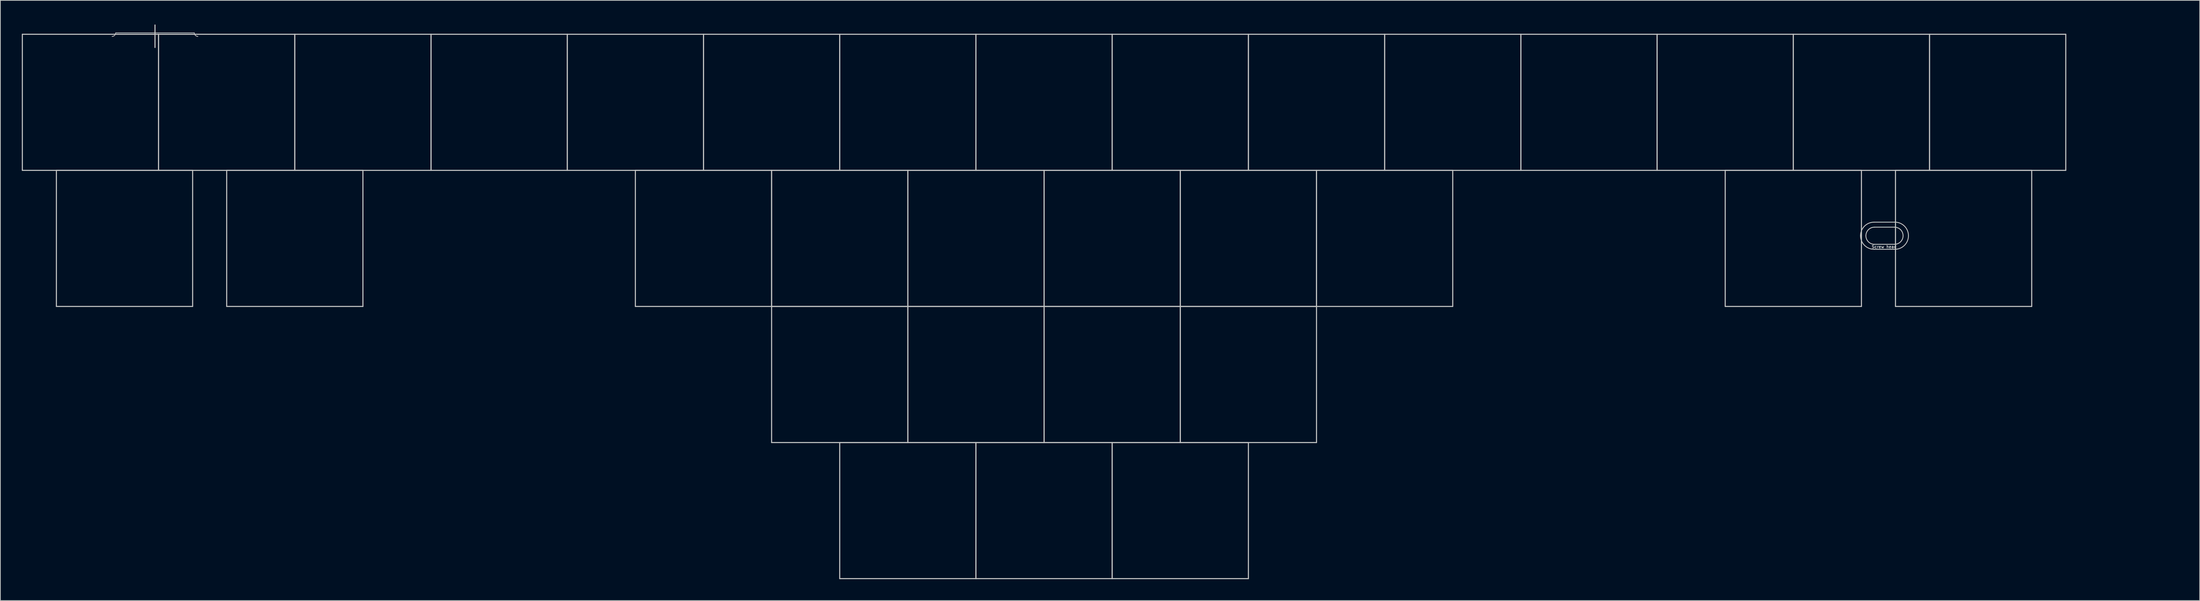
<source format=kicad_pcb>
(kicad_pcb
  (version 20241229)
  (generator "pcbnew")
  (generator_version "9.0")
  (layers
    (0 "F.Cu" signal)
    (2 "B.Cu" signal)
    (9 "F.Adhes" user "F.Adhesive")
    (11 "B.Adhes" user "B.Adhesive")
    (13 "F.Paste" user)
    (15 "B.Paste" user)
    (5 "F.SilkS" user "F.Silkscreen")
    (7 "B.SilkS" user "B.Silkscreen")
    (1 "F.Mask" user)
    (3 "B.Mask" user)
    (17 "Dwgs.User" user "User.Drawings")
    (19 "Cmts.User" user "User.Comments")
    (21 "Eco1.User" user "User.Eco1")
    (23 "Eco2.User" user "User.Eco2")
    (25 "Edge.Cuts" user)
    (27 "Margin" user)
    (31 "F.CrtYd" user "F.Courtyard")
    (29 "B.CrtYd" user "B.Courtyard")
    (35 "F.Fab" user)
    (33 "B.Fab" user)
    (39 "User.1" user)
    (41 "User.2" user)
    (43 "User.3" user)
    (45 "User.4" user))
  (footprint "60_Outline-Sandy-Mid-NoSwImage-WithHole2-ECO1"
    (layer "F.Cu")
    (at 142.95 39.848)
    (property "Reference" "60_Outline-Sandy-Mid-NoSwImage-WithHole2-ECO1" (at 138.075 -39 0) (layer "Eco1.User") (effects (font (size 1 1) (thickness 0.15))))
    (attr through_hole)
    (fp_line (start -142.875 -38.1) (end -123.825 -38.1) (stroke (width 0.15) (type solid)) (layer "Dwgs.User"))
    (fp_line (start -142.875 -19.05) (end -142.875 -38.1) (stroke (width 0.15) (type solid)) (layer "Dwgs.User"))
    (fp_line (start -138.113 -19.05) (end -119.062 -19.05) (stroke (width 0.15) (type solid)) (layer "Dwgs.User"))
    (fp_line (start -138.113 0) (end -138.113 -19.05) (stroke (width 0.15) (type solid)) (layer "Dwgs.User"))
    (fp_line (start -129.825 -38.3) (end -118.825 -38.3) (stroke (width 0.1) (type solid)) (layer "Dwgs.User"))
    (fp_line (start -124.325 -39.4) (end -124.325 -36.25) (stroke (width 0.15) (type solid)) (layer "Dwgs.User"))
    (fp_line (start -123.825 -38.1) (end -123.825 -19.05) (stroke (width 0.15) (type solid)) (layer "Dwgs.User"))
    (fp_line (start -123.825 -38.1) (end -104.775 -38.1) (stroke (width 0.15) (type solid)) (layer "Dwgs.User"))
    (fp_line (start -123.825 -19.05) (end -142.875 -19.05) (stroke (width 0.15) (type solid)) (layer "Dwgs.User"))
    (fp_line (start -123.825 -19.05) (end -123.825 -38.1) (stroke (width 0.15) (type solid)) (layer "Dwgs.User"))
    (fp_line (start -119.062 -19.05) (end -119.062 0) (stroke (width 0.15) (type solid)) (layer "Dwgs.User"))
    (fp_line (start -119.062 0) (end -138.113 0) (stroke (width 0.15) (type solid)) (layer "Dwgs.User"))
    (fp_line (start -114.3 -19.05) (end -95.25 -19.05) (stroke (width 0.15) (type solid)) (layer "Dwgs.User"))
    (fp_line (start -114.3 0) (end -114.3 -19.05) (stroke (width 0.15) (type solid)) (layer "Dwgs.User"))
    (fp_line (start -104.775 -38.1) (end -104.775 -19.05) (stroke (width 0.15) (type solid)) (layer "Dwgs.User"))
    (fp_line (start -104.775 -38.1) (end -85.725 -38.1) (stroke (width 0.15) (type solid)) (layer "Dwgs.User"))
    (fp_line (start -104.775 -19.05) (end -123.825 -19.05) (stroke (width 0.15) (type solid)) (layer "Dwgs.User"))
    (fp_line (start -104.775 -19.05) (end -104.775 -38.1) (stroke (width 0.15) (type solid)) (layer "Dwgs.User"))
    (fp_line (start -95.25 -19.05) (end -95.25 0) (stroke (width 0.15) (type solid)) (layer "Dwgs.User"))
    (fp_line (start -95.25 0) (end -114.3 0) (stroke (width 0.15) (type solid)) (layer "Dwgs.User"))
    (fp_line (start -85.725 -38.1) (end -85.725 -19.05) (stroke (width 0.15) (type solid)) (layer "Dwgs.User"))
    (fp_line (start -85.725 -38.1) (end -66.675 -38.1) (stroke (width 0.15) (type solid)) (layer "Dwgs.User"))
    (fp_line (start -85.725 -19.05) (end -104.775 -19.05) (stroke (width 0.15) (type solid)) (layer "Dwgs.User"))
    (fp_line (start -85.725 -19.05) (end -85.725 -38.1) (stroke (width 0.15) (type solid)) (layer "Dwgs.User"))
    (fp_line (start -66.675 -38.1) (end -66.675 -19.05) (stroke (width 0.15) (type solid)) (layer "Dwgs.User"))
    (fp_line (start -66.675 -38.1) (end -47.625 -38.1) (stroke (width 0.15) (type solid)) (layer "Dwgs.User"))
    (fp_line (start -66.675 -19.05) (end -85.725 -19.05) (stroke (width 0.15) (type solid)) (layer "Dwgs.User"))
    (fp_line (start -66.675 -19.05) (end -66.675 -38.1) (stroke (width 0.15) (type solid)) (layer "Dwgs.User"))
    (fp_line (start -57.15 -19.05) (end -38.1 -19.05) (stroke (width 0.15) (type solid)) (layer "Dwgs.User"))
    (fp_line (start -57.15 0) (end -57.15 -19.05) (stroke (width 0.15) (type solid)) (layer "Dwgs.User"))
    (fp_line (start -47.625 -38.1) (end -47.625 -19.05) (stroke (width 0.15) (type solid)) (layer "Dwgs.User"))
    (fp_line (start -47.625 -38.1) (end -28.575 -38.1) (stroke (width 0.15) (type solid)) (layer "Dwgs.User"))
    (fp_line (start -47.625 -19.05) (end -66.675 -19.05) (stroke (width 0.15) (type solid)) (layer "Dwgs.User"))
    (fp_line (start -47.625 -19.05) (end -47.625 -38.1) (stroke (width 0.15) (type solid)) (layer "Dwgs.User"))
    (fp_line (start -38.1 -19.05) (end -38.1 0) (stroke (width 0.15) (type solid)) (layer "Dwgs.User"))
    (fp_line (start -38.1 -19.05) (end -19.05 -19.05) (stroke (width 0.15) (type solid)) (layer "Dwgs.User"))
    (fp_line (start -38.1 0) (end -57.15 0) (stroke (width 0.15) (type solid)) (layer "Dwgs.User"))
    (fp_line (start -38.1 0) (end -38.1 -19.05) (stroke (width 0.15) (type solid)) (layer "Dwgs.User"))
    (fp_line (start -38.1 0) (end -19.05 0) (stroke (width 0.15) (type solid)) (layer "Dwgs.User"))
    (fp_line (start -38.1 19.05) (end -38.1 0) (stroke (width 0.15) (type solid)) (layer "Dwgs.User"))
    (fp_line (start -28.575 -38.1) (end -28.575 -19.05) (stroke (width 0.15) (type solid)) (layer "Dwgs.User"))
    (fp_line (start -28.575 -38.1) (end -9.525 -38.1) (stroke (width 0.15) (type solid)) (layer "Dwgs.User"))
    (fp_line (start -28.575 -19.05) (end -47.625 -19.05) (stroke (width 0.15) (type solid)) (layer "Dwgs.User"))
    (fp_line (start -28.575 -19.05) (end -28.575 -38.1) (stroke (width 0.15) (type solid)) (layer "Dwgs.User"))
    (fp_line (start -28.575 19.05) (end -9.525 19.05) (stroke (width 0.15) (type solid)) (layer "Dwgs.User"))
    (fp_line (start -28.575 38.1) (end -28.575 19.05) (stroke (width 0.15) (type solid)) (layer "Dwgs.User"))
    (fp_line (start -19.05 -19.05) (end -19.05 0) (stroke (width 0.15) (type solid)) (layer "Dwgs.User"))
    (fp_line (start -19.05 -19.05) (end 0 -19.05) (stroke (width 0.15) (type solid)) (layer "Dwgs.User"))
    (fp_line (start -19.05 0) (end -38.1 0) (stroke (width 0.15) (type solid)) (layer "Dwgs.User"))
    (fp_line (start -19.05 0) (end -19.05 -19.05) (stroke (width 0.15) (type solid)) (layer "Dwgs.User"))
    (fp_line (start -19.05 0) (end -19.05 19.05) (stroke (width 0.15) (type solid)) (layer "Dwgs.User"))
    (fp_line (start -19.05 0) (end 0 0) (stroke (width 0.15) (type solid)) (layer "Dwgs.User"))
    (fp_line (start -19.05 19.05) (end -38.1 19.05) (stroke (width 0.15) (type solid)) (layer "Dwgs.User"))
    (fp_line (start -19.05 19.05) (end -19.05 0) (stroke (width 0.15) (type solid)) (layer "Dwgs.User"))
    (fp_line (start -9.525 -38.1) (end -9.525 -19.05) (stroke (width 0.15) (type solid)) (layer "Dwgs.User"))
    (fp_line (start -9.525 -38.1) (end 9.525 -38.1) (stroke (width 0.15) (type solid)) (layer "Dwgs.User"))
    (fp_line (start -9.525 -19.05) (end -28.575 -19.05) (stroke (width 0.15) (type solid)) (layer "Dwgs.User"))
    (fp_line (start -9.525 -19.05) (end -9.525 -38.1) (stroke (width 0.15) (type solid)) (layer "Dwgs.User"))
    (fp_line (start -9.525 19.05) (end -9.525 38.1) (stroke (width 0.15) (type solid)) (layer "Dwgs.User"))
    (fp_line (start -9.525 19.05) (end 9.525 19.05) (stroke (width 0.15) (type solid)) (layer "Dwgs.User"))
    (fp_line (start -9.525 38.1) (end -28.575 38.1) (stroke (width 0.15) (type solid)) (layer "Dwgs.User"))
    (fp_line (start -9.525 38.1) (end -9.525 19.05) (stroke (width 0.15) (type solid)) (layer "Dwgs.User"))
    (fp_line (start 0 -19.05) (end 0 0) (stroke (width 0.15) (type solid)) (layer "Dwgs.User"))
    (fp_line (start 0 -19.05) (end 19.05 -19.05) (stroke (width 0.15) (type solid)) (layer "Dwgs.User"))
    (fp_line (start 0 0) (end -19.05 0) (stroke (width 0.15) (type solid)) (layer "Dwgs.User"))
    (fp_line (start 0 0) (end 0 -19.05) (stroke (width 0.15) (type solid)) (layer "Dwgs.User"))
    (fp_line (start 0 0) (end 0 19.05) (stroke (width 0.15) (type solid)) (layer "Dwgs.User"))
    (fp_line (start 0 0) (end 19.05 0) (stroke (width 0.15) (type solid)) (layer "Dwgs.User"))
    (fp_line (start 0 19.05) (end -19.05 19.05) (stroke (width 0.15) (type solid)) (layer "Dwgs.User"))
    (fp_line (start 0 19.05) (end 0 0) (stroke (width 0.15) (type solid)) (layer "Dwgs.User"))
    (fp_line (start 9.525 -38.1) (end 9.525 -19.05) (stroke (width 0.15) (type solid)) (layer "Dwgs.User"))
    (fp_line (start 9.525 -38.1) (end 28.575 -38.1) (stroke (width 0.15) (type solid)) (layer "Dwgs.User"))
    (fp_line (start 9.525 -19.05) (end -9.525 -19.05) (stroke (width 0.15) (type solid)) (layer "Dwgs.User"))
    (fp_line (start 9.525 -19.05) (end 9.525 -38.1) (stroke (width 0.15) (type solid)) (layer "Dwgs.User"))
    (fp_line (start 9.525 19.05) (end 9.525 38.1) (stroke (width 0.15) (type solid)) (layer "Dwgs.User"))
    (fp_line (start 9.525 19.05) (end 28.575 19.05) (stroke (width 0.15) (type solid)) (layer "Dwgs.User"))
    (fp_line (start 9.525 38.1) (end -9.525 38.1) (stroke (width 0.15) (type solid)) (layer "Dwgs.User"))
    (fp_line (start 9.525 38.1) (end 9.525 19.05) (stroke (width 0.15) (type solid)) (layer "Dwgs.User"))
    (fp_line (start 19.05 -19.05) (end 19.05 0) (stroke (width 0.15) (type solid)) (layer "Dwgs.User"))
    (fp_line (start 19.05 -19.05) (end 38.1 -19.05) (stroke (width 0.15) (type solid)) (layer "Dwgs.User"))
    (fp_line (start 19.05 0) (end 0 0) (stroke (width 0.15) (type solid)) (layer "Dwgs.User"))
    (fp_line (start 19.05 0) (end 19.05 -19.05) (stroke (width 0.15) (type solid)) (layer "Dwgs.User"))
    (fp_line (start 19.05 0) (end 19.05 19.05) (stroke (width 0.15) (type solid)) (layer "Dwgs.User"))
    (fp_line (start 19.05 0) (end 38.1 0) (stroke (width 0.15) (type solid)) (layer "Dwgs.User"))
    (fp_line (start 19.05 19.05) (end 0 19.05) (stroke (width 0.15) (type solid)) (layer "Dwgs.User"))
    (fp_line (start 19.05 19.05) (end 19.05 0) (stroke (width 0.15) (type solid)) (layer "Dwgs.User"))
    (fp_line (start 28.575 -38.1) (end 28.575 -19.05) (stroke (width 0.15) (type solid)) (layer "Dwgs.User"))
    (fp_line (start 28.575 -38.1) (end 47.625 -38.1) (stroke (width 0.15) (type solid)) (layer "Dwgs.User"))
    (fp_line (start 28.575 -19.05) (end 9.525 -19.05) (stroke (width 0.15) (type solid)) (layer "Dwgs.User"))
    (fp_line (start 28.575 -19.05) (end 28.575 -38.1) (stroke (width 0.15) (type solid)) (layer "Dwgs.User"))
    (fp_line (start 28.575 19.05) (end 28.575 38.1) (stroke (width 0.15) (type solid)) (layer "Dwgs.User"))
    (fp_line (start 28.575 38.1) (end 9.525 38.1) (stroke (width 0.15) (type solid)) (layer "Dwgs.User"))
    (fp_line (start 38.1 -19.05) (end 38.1 0) (stroke (width 0.15) (type solid)) (layer "Dwgs.User"))
    (fp_line (start 38.1 -19.05) (end 57.15 -19.05) (stroke (width 0.15) (type solid)) (layer "Dwgs.User"))
    (fp_line (start 38.1 0) (end 19.05 0) (stroke (width 0.15) (type solid)) (layer "Dwgs.User"))
    (fp_line (start 38.1 0) (end 38.1 -19.05) (stroke (width 0.15) (type solid)) (layer "Dwgs.User"))
    (fp_line (start 38.1 0) (end 38.1 19.05) (stroke (width 0.15) (type solid)) (layer "Dwgs.User"))
    (fp_line (start 38.1 19.05) (end 19.05 19.05) (stroke (width 0.15) (type solid)) (layer "Dwgs.User"))
    (fp_line (start 47.625 -38.1) (end 47.625 -19.05) (stroke (width 0.15) (type solid)) (layer "Dwgs.User"))
    (fp_line (start 47.625 -38.1) (end 66.675 -38.1) (stroke (width 0.15) (type solid)) (layer "Dwgs.User"))
    (fp_line (start 47.625 -19.05) (end 28.575 -19.05) (stroke (width 0.15) (type solid)) (layer "Dwgs.User"))
    (fp_line (start 47.625 -19.05) (end 47.625 -38.1) (stroke (width 0.15) (type solid)) (layer "Dwgs.User"))
    (fp_line (start 57.15 -19.05) (end 57.15 0) (stroke (width 0.15) (type solid)) (layer "Dwgs.User"))
    (fp_line (start 57.15 0) (end 38.1 0) (stroke (width 0.15) (type solid)) (layer "Dwgs.User"))
    (fp_line (start 66.675 -38.1) (end 66.675 -19.05) (stroke (width 0.15) (type solid)) (layer "Dwgs.User"))
    (fp_line (start 66.675 -38.1) (end 85.725 -38.1) (stroke (width 0.15) (type solid)) (layer "Dwgs.User"))
    (fp_line (start 66.675 -19.05) (end 47.625 -19.05) (stroke (width 0.15) (type solid)) (layer "Dwgs.User"))
    (fp_line (start 66.675 -19.05) (end 66.675 -38.1) (stroke (width 0.15) (type solid)) (layer "Dwgs.User"))
    (fp_line (start 85.725 -38.1) (end 85.725 -19.05) (stroke (width 0.15) (type solid)) (layer "Dwgs.User"))
    (fp_line (start 85.725 -38.1) (end 104.775 -38.1) (stroke (width 0.15) (type solid)) (layer "Dwgs.User"))
    (fp_line (start 85.725 -19.05) (end 66.675 -19.05) (stroke (width 0.15) (type solid)) (layer "Dwgs.User"))
    (fp_line (start 85.725 -19.05) (end 85.725 -38.1) (stroke (width 0.15) (type solid)) (layer "Dwgs.User"))
    (fp_line (start 95.25 -19.05) (end 114.3 -19.05) (stroke (width 0.15) (type solid)) (layer "Dwgs.User"))
    (fp_line (start 95.25 0) (end 95.25 -19.05) (stroke (width 0.15) (type solid)) (layer "Dwgs.User"))
    (fp_line (start 104.775 -38.1) (end 104.775 -19.05) (stroke (width 0.15) (type solid)) (layer "Dwgs.User"))
    (fp_line (start 104.775 -38.1) (end 123.825 -38.1) (stroke (width 0.15) (type solid)) (layer "Dwgs.User"))
    (fp_line (start 104.775 -19.05) (end 85.725 -19.05) (stroke (width 0.15) (type solid)) (layer "Dwgs.User"))
    (fp_line (start 104.775 -19.05) (end 104.775 -38.1) (stroke (width 0.15) (type solid)) (layer "Dwgs.User"))
    (fp_line (start 114.3 -19.05) (end 114.3 0) (stroke (width 0.15) (type solid)) (layer "Dwgs.User"))
    (fp_line (start 114.3 0) (end 95.25 0) (stroke (width 0.15) (type solid)) (layer "Dwgs.User"))
    (fp_line (start 116.075 -11.8) (end 118.975 -11.8) (stroke (width 0.12) (type solid)) (layer "Dwgs.User"))
    (fp_line (start 116.075 -8) (end 118.975 -8) (stroke (width 0.12) (type solid)) (layer "Dwgs.User"))
    (fp_line (start 116.123 -11.099) (end 118.923 -11.099) (stroke (width 0.12) (type solid)) (layer "Dwgs.User"))
    (fp_line (start 118.923 -8.699) (end 116.123 -8.699) (stroke (width 0.12) (type solid)) (layer "Dwgs.User"))
    (fp_line (start 119.062 -19.05) (end 138.113 -19.05) (stroke (width 0.15) (type solid)) (layer "Dwgs.User"))
    (fp_line (start 119.062 0) (end 119.062 -19.05) (stroke (width 0.15) (type solid)) (layer "Dwgs.User"))
    (fp_line (start 123.825 -38.1) (end 123.825 -19.05) (stroke (width 0.15) (type solid)) (layer "Dwgs.User"))
    (fp_line (start 123.825 -38.1) (end 142.875 -38.1) (stroke (width 0.15) (type solid)) (layer "Dwgs.User"))
    (fp_line (start 123.825 -19.05) (end 104.775 -19.05) (stroke (width 0.15) (type solid)) (layer "Dwgs.User"))
    (fp_line (start 123.825 -19.05) (end 123.825 -38.1) (stroke (width 0.15) (type solid)) (layer "Dwgs.User"))
    (fp_line (start 138.113 -19.05) (end 138.113 0) (stroke (width 0.15) (type solid)) (layer "Dwgs.User"))
    (fp_line (start 138.113 0) (end 119.062 0) (stroke (width 0.15) (type solid)) (layer "Dwgs.User"))
    (fp_line (start 142.875 -38.1) (end 142.875 -19.05) (stroke (width 0.15) (type solid)) (layer "Dwgs.User"))
    (fp_line (start 142.875 -19.05) (end 123.825 -19.05) (stroke (width 0.15) (type solid)) (layer "Dwgs.User"))
    (fp_arc (start -129.825 -38.30004) (mid -129.971447 -37.946487) (end -130.325 -37.80004) (stroke (width 0.1) (type solid)) (layer "Dwgs.User"))
    (fp_arc (start -118.325 -37.80004) (mid -118.678553 -37.946487) (end -118.825 -38.30004) (stroke (width 0.1) (type solid)) (layer "Dwgs.User"))
    (fp_arc (start 114.175 -9.90004) (mid 114.731497 -11.243543) (end 116.075 -11.80004) (stroke (width 0.12) (type solid)) (layer "Dwgs.User"))
    (fp_arc (start 114.923491 -9.898554) (mid 115.274967 -10.747076) (end 116.123491 -11.098554) (stroke (width 0.12) (type solid)) (layer "Dwgs.User"))
    (fp_arc (start 116.075 -8.00004) (mid 114.731497 -8.556537) (end 114.175 -9.90004) (stroke (width 0.12) (type solid)) (layer "Dwgs.User"))
    (fp_arc (start 116.123491 -8.698554) (mid 115.275003 -9.050059) (end 114.923491 -9.898554) (stroke (width 0.12) (type solid)) (layer "Dwgs.User"))
    (fp_arc (start 118.923491 -11.098554) (mid 119.772059 -10.747115) (end 120.123491 -9.898554) (stroke (width 0.12) (type solid)) (layer "Dwgs.User"))
    (fp_arc (start 118.975 -11.80004) (mid 120.318503 -11.243543) (end 120.875 -9.90004) (stroke (width 0.12) (type solid)) (layer "Dwgs.User"))
    (fp_arc (start 120.123491 -9.898554) (mid 119.772024 -9.05002) (end 118.923491 -8.698554) (stroke (width 0.12) (type solid)) (layer "Dwgs.User"))
    (fp_arc (start 120.875 -9.90004) (mid 120.318503 -8.556537) (end 118.975 -8.00004) (stroke (width 0.12) (type solid)) (layer "Dwgs.User"))
    (fp_line (start -142.511 -2.628) (end -142.525 -35.8) (stroke (width 0.3) (type solid)) (layer "Eco1.User"))
    (fp_line (start -140.511 -0.628) (end -97.855 -0.614) (stroke (width 0.3) (type solid)) (layer "Eco1.User"))
    (fp_line (start -95.855 -2.614) (end -95.855 -17.886) (stroke (width 0.3) (type solid)) (layer "Eco1.User"))
    (fp_line (start -93.855 -19.886) (end -58.535 -19.875) (stroke (width 0.3) (type solid)) (layer "Eco1.User"))
    (fp_line (start -56.535 -2.8) (end -56.535 -17.875) (stroke (width 0.3) (type solid)) (layer "Eco1.User"))
    (fp_line (start -54.535 -0.8) (end -39.475 -0.8) (stroke (width 0.3) (type solid)) (layer "Eco1.User"))
    (fp_line (start -51.925 -37.8) (end -140.525 -37.8) (stroke (width 0.3) (type solid)) (layer "Eco1.User"))
    (fp_line (start -49.925 -33.114) (end -49.925 -35.8) (stroke (width 0.12) (type solid)) (layer "Eco1.User"))
    (fp_line (start -47.925 -31.114) (end -46.925 -31.114) (stroke (width 0.12) (type solid)) (layer "Eco1.User"))
    (fp_line (start -44.925 -35.8) (end -44.925 -33.114) (stroke (width 0.12) (type solid)) (layer "Eco1.User"))
    (fp_line (start -37.475 16.275) (end -37.475 1.2) (stroke (width 0.3) (type solid)) (layer "Eco1.User"))
    (fp_line (start -35.475 18.275) (end -29.95 18.275) (stroke (width 0.3) (type solid)) (layer "Eco1.User"))
    (fp_line (start -27.95 35.35) (end -27.95 20.275) (stroke (width 0.3) (type solid)) (layer "Eco1.User"))
    (fp_line (start -25.95 37.35) (end 25.975 37.346) (stroke (width 0.3) (type solid)) (layer "Eco1.User"))
    (fp_line (start 27.975 35.346) (end 27.975 20.214) (stroke (width 0.3) (type solid)) (layer "Eco1.User"))
    (fp_line (start 29.975 18.214) (end 35.475 18.204) (stroke (width 0.3) (type solid)) (layer "Eco1.User"))
    (fp_line (start 37.475 16.204) (end 37.475 1.073) (stroke (width 0.3) (type solid)) (layer "Eco1.User"))
    (fp_line (start 39.475 -0.927) (end 54.555 -0.937) (stroke (width 0.3) (type solid)) (layer "Eco1.User"))
    (fp_line (start 43.375 -37.8) (end -42.925 -37.8) (stroke (width 0.3) (type solid)) (layer "Eco1.User"))
    (fp_line (start 45.375 -33.1) (end 45.375 -35.8) (stroke (width 0.12) (type solid)) (layer "Eco1.User"))
    (fp_line (start 47.375 -31.1) (end 48.375 -31.1) (stroke (width 0.12) (type solid)) (layer "Eco1.User"))
    (fp_line (start 50.375 -35.8) (end 50.375 -33.1) (stroke (width 0.12) (type solid)) (layer "Eco1.User"))
    (fp_line (start 56.555 -2.937) (end 56.555 -18.012) (stroke (width 0.3) (type solid)) (layer "Eco1.User"))
    (fp_line (start 58.555 -20.012) (end 93.875 -20.002) (stroke (width 0.3) (type solid)) (layer "Eco1.User"))
    (fp_line (start 95.875 -2.6) (end 95.875 -18.002) (stroke (width 0.3) (type solid)) (layer "Eco1.User"))
    (fp_line (start 97.875 -0.6) (end 140.475 -0.586) (stroke (width 0.3) (type solid)) (layer "Eco1.User"))
    (fp_line (start 115.922 -12.509) (end 118.822 -12.509) (stroke (width 0.12) (type solid)) (layer "Eco1.User"))
    (fp_line (start 116.022 -7.259) (end 118.922 -7.259) (stroke (width 0.12) (type solid)) (layer "Eco1.User"))
    (fp_line (start 140.475 -37.8) (end 52.375 -37.8) (stroke (width 0.3) (type solid)) (layer "Eco1.User"))
    (fp_line (start 142.475 -2.586) (end 142.475 -35.8) (stroke (width 0.3) (type solid)) (layer "Eco1.User"))
    (fp_arc (start -142.525 -35.80004) (mid -141.939214 -37.214254) (end -140.525 -37.80004) (stroke (width 0.3) (type solid)) (layer "Eco1.User"))
    (fp_arc (start -140.510786 -0.628468) (mid -141.925 -1.214254) (end -142.510786 -2.628468) (stroke (width 0.3) (type solid)) (layer "Eco1.User"))
    (fp_arc (start -95.855 -17.885826) (mid -95.269214 -19.30004) (end -93.855 -19.885826) (stroke (width 0.3) (type solid)) (layer "Eco1.User"))
    (fp_arc (start -95.855 -2.614254) (mid -96.440786 -1.20004) (end -97.855 -0.614254) (stroke (width 0.3) (type solid)) (layer "Eco1.User"))
    (fp_arc (start -58.535 -19.87504) (mid -57.120786 -19.289254) (end -56.535 -17.87504) (stroke (width 0.3) (type solid)) (layer "Eco1.User"))
    (fp_arc (start -54.535 -0.80004) (mid -55.949214 -1.385826) (end -56.535 -2.80004) (stroke (width 0.3) (type solid)) (layer "Eco1.User"))
    (fp_arc (start -51.925001 -37.800041) (mid -50.510787 -37.214255) (end -49.925001 -35.800041) (stroke (width 0.3) (type solid)) (layer "Eco1.User"))
    (fp_arc (start -47.925001 -31.114261) (mid -49.339212 -31.70005) (end -49.925001 -33.114261) (stroke (width 0.3) (type solid)) (layer "Eco1.User"))
    (fp_arc (start -44.925 -35.80004) (mid -44.339214 -37.214254) (end -42.925 -37.80004) (stroke (width 0.3) (type solid)) (layer "Eco1.User"))
    (fp_arc (start -44.925 -33.114261) (mid -45.510779 -31.70004) (end -46.925 -31.114261) (stroke (width 0.3) (type solid)) (layer "Eco1.User"))
    (fp_arc (start -39.475 -0.80004) (mid -38.060786 -0.214254) (end -37.475 1.19996) (stroke (width 0.3) (type solid)) (layer "Eco1.User"))
    (fp_arc (start -35.475 18.27496) (mid -36.889214 17.689174) (end -37.475 16.27496) (stroke (width 0.3) (type solid)) (layer "Eco1.User"))
    (fp_arc (start -29.95 18.27496) (mid -28.535786 18.860746) (end -27.95 20.27496) (stroke (width 0.3) (type solid)) (layer "Eco1.User"))
    (fp_arc (start -25.95 37.34996) (mid -27.364214 36.764174) (end -27.95 35.34996) (stroke (width 0.3) (type solid)) (layer "Eco1.User"))
    (fp_arc (start 27.975 20.214174) (mid 28.560781 18.799951) (end 29.975 18.214174) (stroke (width 0.3) (type solid)) (layer "Eco1.User"))
    (fp_arc (start 27.975 35.345746) (mid 27.389219 36.759969) (end 25.975 37.345746) (stroke (width 0.3) (type solid)) (layer "Eco1.User"))
    (fp_arc (start 37.475 1.072602) (mid 38.060786 -0.341613) (end 39.475 -0.927398) (stroke (width 0.3) (type solid)) (layer "Eco1.User"))
    (fp_arc (start 37.475 16.204174) (mid 36.889209 17.618379) (end 35.475 18.204174) (stroke (width 0.3) (type solid)) (layer "Eco1.User"))
    (fp_arc (start 43.375 -37.80004) (mid 44.789214 -37.214254) (end 45.375 -35.80004) (stroke (width 0.3) (type solid)) (layer "Eco1.User"))
    (fp_arc (start 47.375 -31.10004) (mid 45.960786 -31.685826) (end 45.375 -33.10004) (stroke (width 0.3) (type solid)) (layer "Eco1.User"))
    (fp_arc (start 50.375001 -35.800039) (mid 50.960787 -37.214253) (end 52.375001 -37.800039) (stroke (width 0.3) (type solid)) (layer "Eco1.User"))
    (fp_arc (start 50.375001 -33.10004) (mid 49.789215 -31.685826) (end 48.375001 -31.10004) (stroke (width 0.3) (type solid)) (layer "Eco1.User"))
    (fp_arc (start 56.555 -18.012398) (mid 57.140786 -19.426613) (end 58.555 -20.012398) (stroke (width 0.3) (type solid)) (layer "Eco1.User"))
    (fp_arc (start 56.555 -2.937398) (mid 55.969216 -1.523183) (end 54.555 -0.937398) (stroke (width 0.3) (type solid)) (layer "Eco1.User"))
    (fp_arc (start 93.875 -20.001612) (mid 95.289204 -19.415824) (end 95.875 -18.001612) (stroke (width 0.3) (type solid)) (layer "Eco1.User"))
    (fp_arc (start 97.875 -0.60004) (mid 96.460786 -1.185826) (end 95.875 -2.60004) (stroke (width 0.3) (type solid)) (layer "Eco1.User"))
    (fp_arc (start 113.322056 -9.659228) (mid 114.031794 -11.622728) (end 115.922056 -12.509228) (stroke (width 0.12) (type solid)) (layer "Eco1.User"))
    (fp_arc (start 116.022056 -7.259228) (mid 114.175024 -7.900056) (end 113.322056 -9.659228) (stroke (width 0.12) (type solid)) (layer "Eco1.User"))
    (fp_arc (start 118.822056 -12.509228) (mid 120.785558 -11.799499) (end 121.672056 -9.909228) (stroke (width 0.12) (type solid)) (layer "Eco1.User"))
    (fp_arc (start 121.672056 -9.909228) (mid 120.845888 -8.014672) (end 118.922056 -7.259228) (stroke (width 0.12) (type solid)) (layer "Eco1.User"))
    (fp_arc (start 140.475 -37.80004) (mid 141.889214 -37.214254) (end 142.475 -35.80004) (stroke (width 0.3) (type solid)) (layer "Eco1.User"))
    (fp_arc (start 142.475 -2.585826) (mid 141.889209 -1.171621) (end 140.475 -0.585826) (stroke (width 0.3) (type solid)) (layer "Eco1.User"))
    (fp_circle (center -117.325 -9.9) (end -116.025 -9.9) (stroke (width 0.15) (type solid)) (fill no) (layer "Eco1.User"))
    (fp_circle (center -117.325 -9.9) (end -114.925 -9.9) (stroke (width 0.15) (type solid)) (fill no) (layer "Eco1.User"))
    (fp_circle (center -117.325 -9.9) (end -114.325 -9.9) (stroke (width 0.15) (type solid)) (fill no) (layer "Eco1.User"))
    (fp_circle (center -47.625 -33.55) (end -45.425 -33.55) (stroke (width 0.15) (type solid)) (fill no) (layer "Eco1.User"))
    (fp_circle (center 47.625 -33.55) (end 49.825 -33.55) (stroke (width 0.15) (type solid)) (fill no) (layer "Eco1.User"))
    (fp_text user "Screw head" (at 117.475 -8.35 0) (layer "Dwgs.User") (effects (font (size 0.4 0.4) (thickness 0.08)))))
  (gr_rect
    (start -3 -3)
    (end 304.555 81.023)
    (stroke (width 0.1) (type default))
    (fill no)
    (layer "Edge.Cuts")))
</source>
